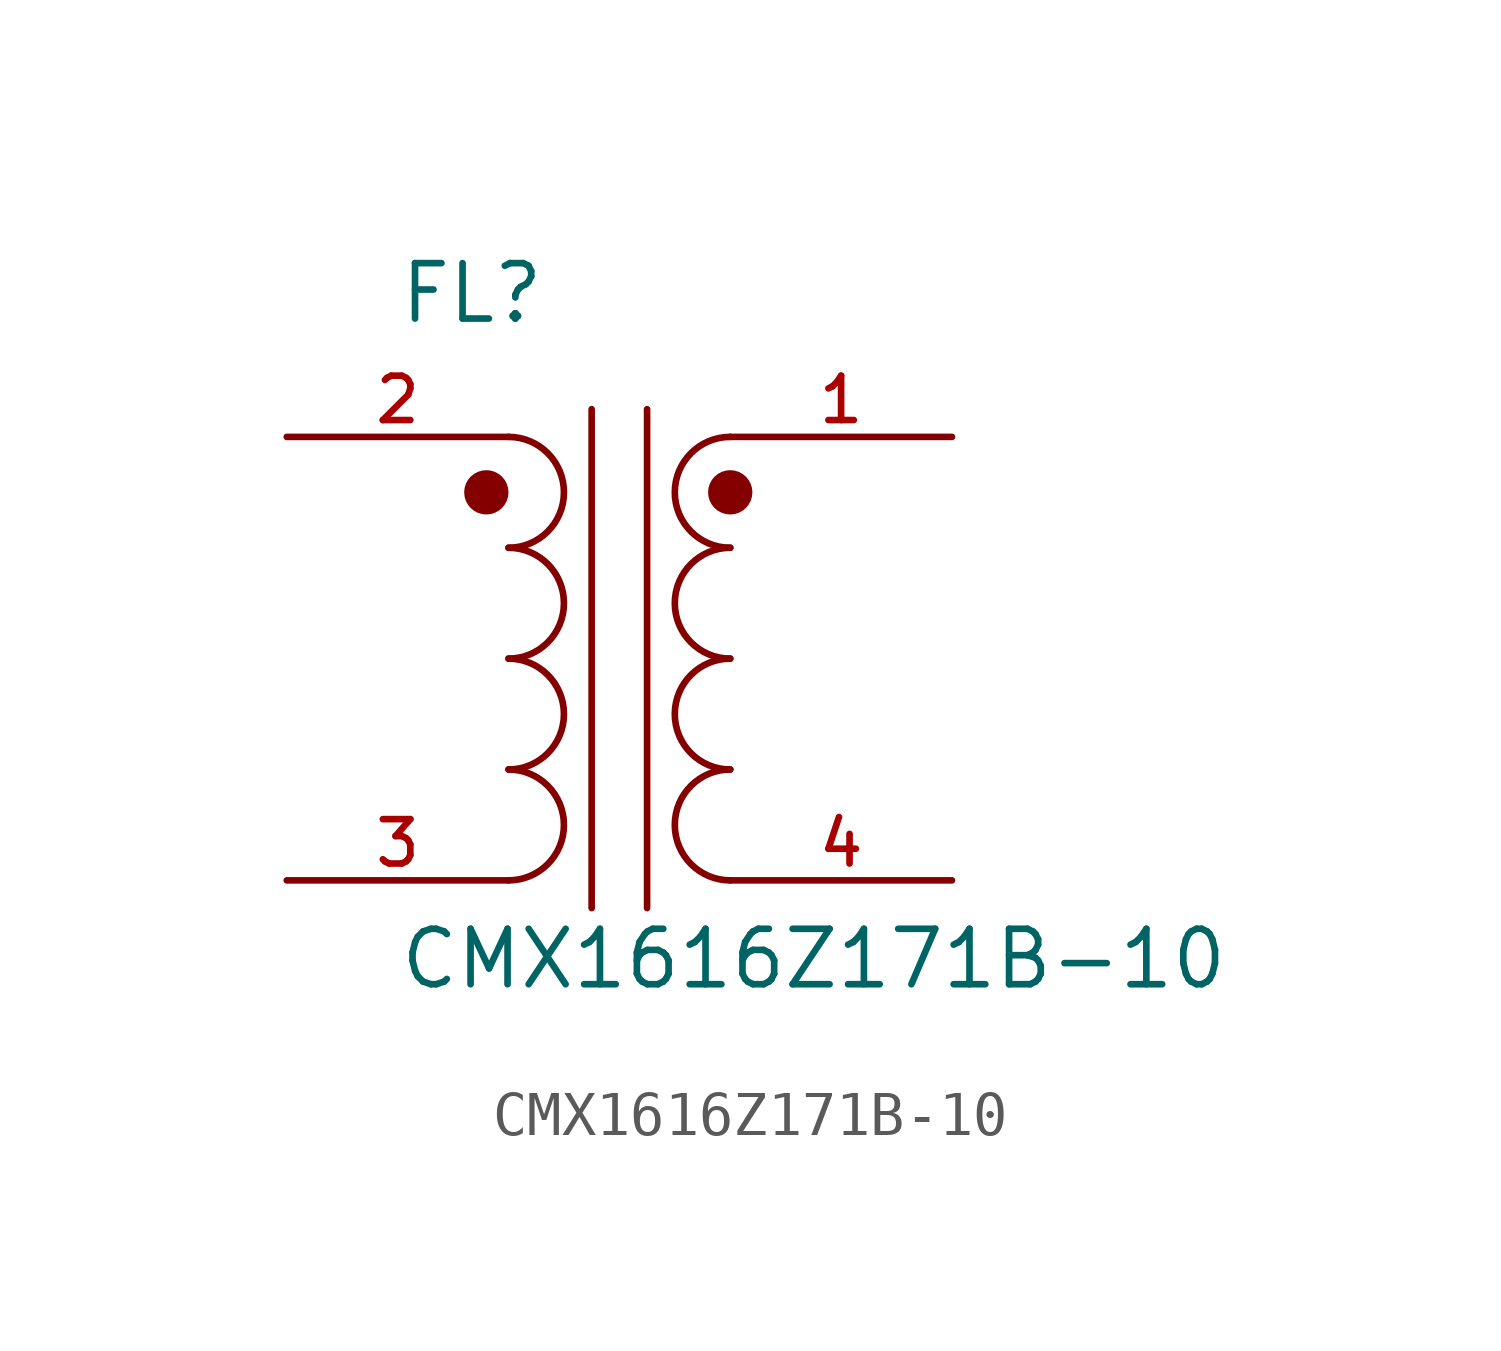
<source format=kicad_sym>
(kicad_symbol_lib
  (version 20211014)
  (generator kicad_symbol_editor)
  (symbol "CMX1616Z171B-10"
    (pin_names
      (offset 1.016))
    (property "Reference" "FL"
      (at -5.084 7.628 0)
      (effects (font (size 1.27 1.27)) (justify bottom left)))
    (property "Value" "CMX1616Z171B-10"
      (at -5.081 -7.623 0)
      (effects (font (size 1.27 1.27)) (justify bottom left)))
    (symbol "CMX1616Z171B-10_0_0"
      (arc (start -2.54 -2.54) (mid -1.27 -1.27) (end -2.54 0.0) (stroke (width 0.1524) (type default) (color 0 0 0 0)) (fill (type none)))
      (arc (start -2.54 -5.08) (mid -1.27 -3.81) (end -2.54 -2.54) (stroke (width 0.1524) (type default) (color 0 0 0 0)) (fill (type none)))
      (arc (start 2.54 -2.54) (mid 1.27 -3.81) (end 2.54 -5.08) (stroke (width 0.1524) (type default) (color 0 0 0 0)) (fill (type none)))
      (arc (start 2.54 0.0) (mid 1.27 -1.27) (end 2.54 -2.54) (stroke (width 0.1524) (type default) (color 0 0 0 0)) (fill (type none)))
      (arc (start -2.54 0.0) (mid -1.27 1.27) (end -2.54 2.54) (stroke (width 0.1524) (type default) (color 0 0 0 0)) (fill (type none)))
      (arc (start -2.54 2.54) (mid -1.27 3.81) (end -2.54 5.08) (stroke (width 0.1524) (type default) (color 0 0 0 0)) (fill (type none)))
      (arc (start 2.54 2.54) (mid 1.27 1.27) (end 2.54 0.0) (stroke (width 0.1524) (type default) (color 0 0 0 0)) (fill (type none)))
      (arc (start 2.54 5.08) (mid 1.27 3.81) (end 2.54 2.54) (stroke (width 0.1524) (type default) (color 0 0 0 0)) (fill (type none)))
      (polyline (pts (xy -0.635 5.715) (xy -0.635 -5.715)) (stroke (width 0.152)))
      (polyline (pts (xy 0.635 5.715) (xy 0.635 -5.715)) (stroke (width 0.152)))
      (circle (center -3.048 3.81) (radius 0.254) (stroke (width 0.508)) (fill (type none)))
      (circle (center 2.54 3.81) (radius 0.254) (stroke (width 0.508)) (fill (type none)))
      (pin passive line (at -7.62 5.08 0) (length 5.08) (name "~" (effects (font (size 1.016 1.016)))) (number "2" (effects (font (size 1.016 1.016)))))
      (pin passive line (at 7.62 5.08 180.0) (length 5.08) (name "~" (effects (font (size 1.016 1.016)))) (number "1" (effects (font (size 1.016 1.016)))))
      (pin passive line (at -7.62 -5.08 0) (length 5.08) (name "~" (effects (font (size 1.016 1.016)))) (number "3" (effects (font (size 1.016 1.016)))))
      (pin passive line (at 7.62 -5.08 180.0) (length 5.08) (name "~" (effects (font (size 1.016 1.016)))) (number "4" (effects (font (size 1.016 1.016))))))))
</source>
